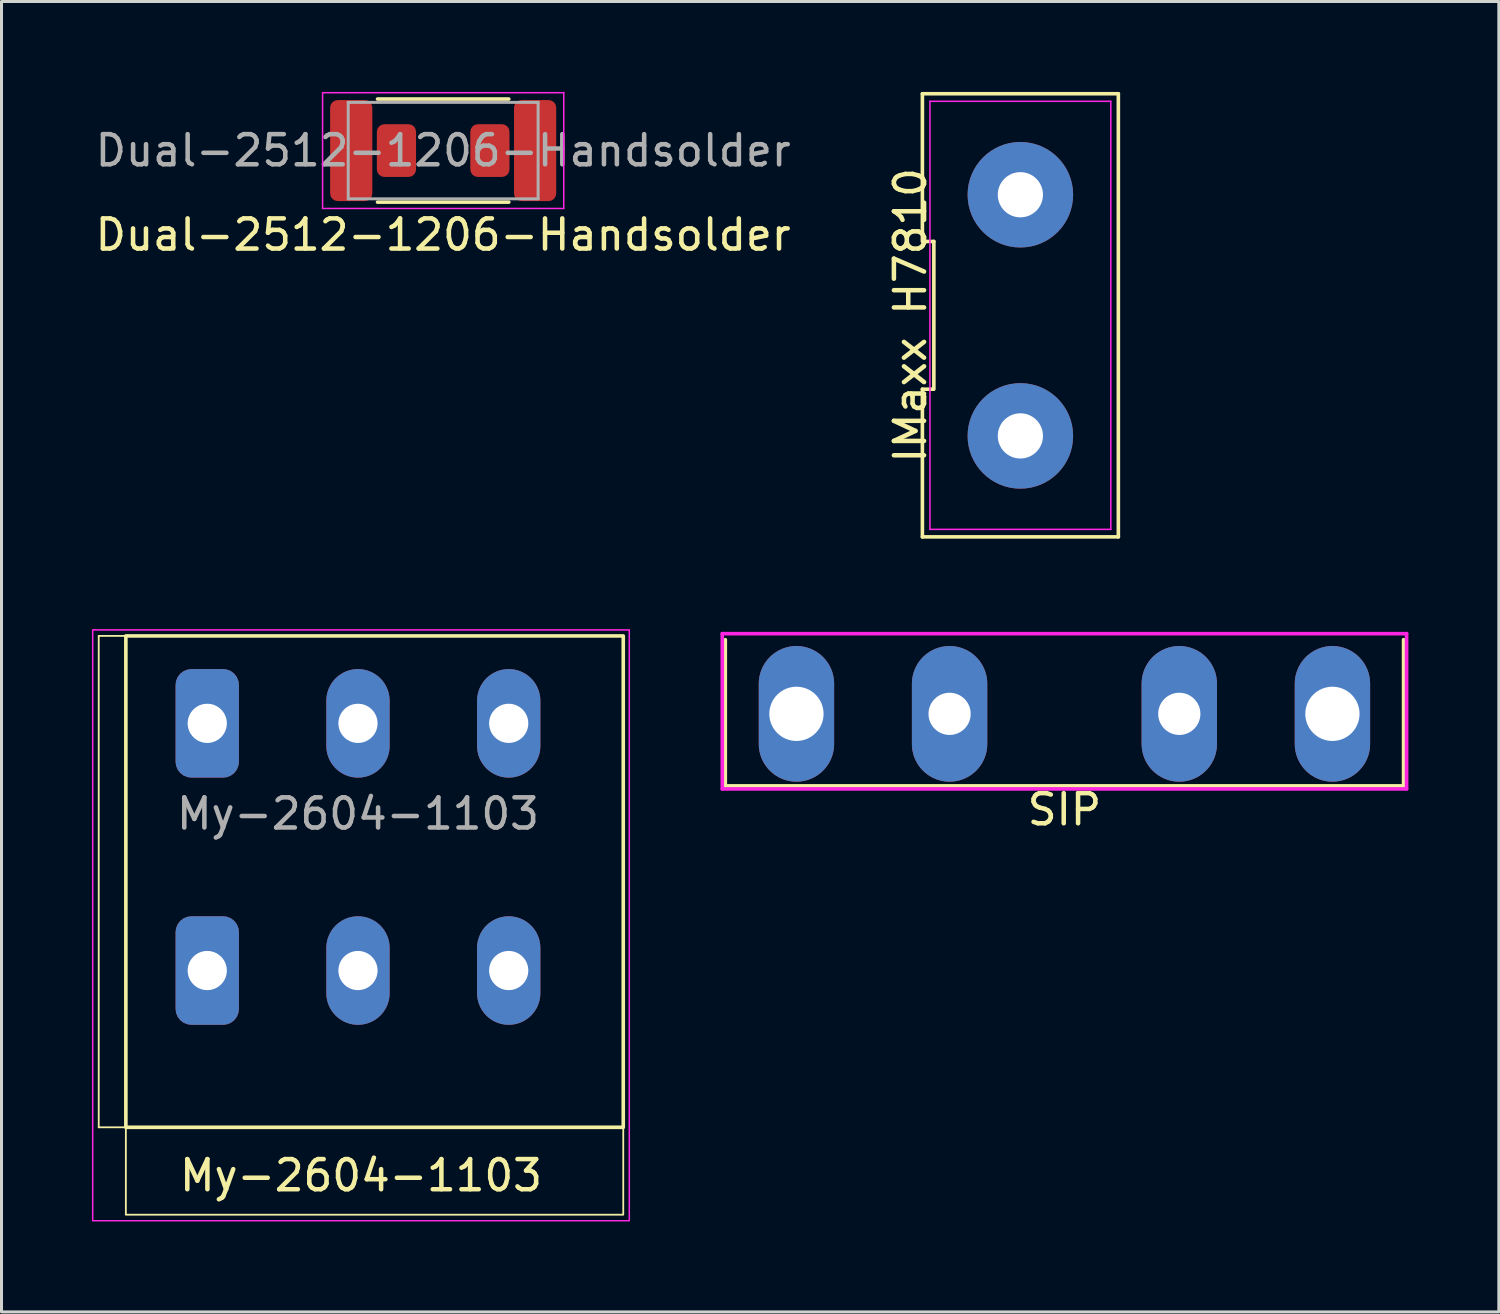
<source format=kicad_pcb>
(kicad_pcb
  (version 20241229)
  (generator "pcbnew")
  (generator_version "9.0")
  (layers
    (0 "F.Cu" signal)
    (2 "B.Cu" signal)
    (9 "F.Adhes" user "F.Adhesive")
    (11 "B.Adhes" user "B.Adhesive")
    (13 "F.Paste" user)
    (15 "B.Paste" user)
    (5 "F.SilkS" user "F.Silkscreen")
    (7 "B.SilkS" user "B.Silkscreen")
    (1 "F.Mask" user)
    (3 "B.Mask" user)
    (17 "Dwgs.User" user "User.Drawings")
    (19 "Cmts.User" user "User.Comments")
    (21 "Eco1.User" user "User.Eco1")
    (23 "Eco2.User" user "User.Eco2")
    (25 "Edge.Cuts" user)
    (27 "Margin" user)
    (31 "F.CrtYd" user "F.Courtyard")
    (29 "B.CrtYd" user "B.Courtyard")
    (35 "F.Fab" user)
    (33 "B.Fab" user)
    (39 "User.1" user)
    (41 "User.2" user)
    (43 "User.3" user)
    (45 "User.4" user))
  (footprint "Dual-2512-1206-Handsolder"
    (layer "F.Cu")
    (at 11.649 1.945)
    (property "Reference" "Dual-2512-1206-Handsolder" (at 0 2.794 0) (unlocked yes) (layer "F.SilkS") (effects (font (size 1 1) (thickness 0.15))))
    (attr smd)
    (fp_line (start -2.175 -1.71) (end 2.179 -1.71) (stroke (width 0.12) (type solid)) (layer "F.SilkS"))
    (fp_line (start -2.175 1.71) (end 2.179 1.71) (stroke (width 0.12) (type solid)) (layer "F.SilkS"))
    (fp_line (start -3.998 -1.92) (end 4.002 -1.92) (stroke (width 0.05) (type solid)) (layer "F.CrtYd"))
    (fp_line (start -3.998 1.92) (end -3.998 -1.92) (stroke (width 0.05) (type solid)) (layer "F.CrtYd"))
    (fp_line (start 4.002 -1.92) (end 4.002 1.92) (stroke (width 0.05) (type solid)) (layer "F.CrtYd"))
    (fp_line (start 4.002 1.92) (end -3.998 1.92) (stroke (width 0.05) (type solid)) (layer "F.CrtYd"))
    (fp_line (start -3.148 -1.6) (end 3.152 -1.6) (stroke (width 0.1) (type solid)) (layer "F.Fab"))
    (fp_line (start -3.148 1.6) (end -3.148 -1.6) (stroke (width 0.1) (type solid)) (layer "F.Fab"))
    (fp_line (start 3.152 -1.6) (end 3.152 1.6) (stroke (width 0.1) (type solid)) (layer "F.Fab"))
    (fp_line (start 3.152 1.6) (end -3.148 1.6) (stroke (width 0.1) (type solid)) (layer "F.Fab"))
    (fp_text user "${REFERENCE}" (at 0.002 0 0) (layer "F.Fab") (effects (font (size 1 1) (thickness 0.15))))
    (pad "1" smd roundrect (at -3.048 0) (size 1.4 3.35) (layers "F.Cu" "F.Mask" "F.Paste") (roundrect_rratio 0.179))
    (pad "1" smd roundrect (at -1.548 0) (size 1.3 1.75) (layers "F.Cu" "F.Mask" "F.Paste") (roundrect_rratio 0.192))
    (pad "2" smd roundrect (at 1.552 0) (size 1.3 1.75) (layers "F.Cu" "F.Mask" "F.Paste") (roundrect_rratio 0.192))
    (pad "2" smd roundrect (at 3.052 0) (size 1.4 3.35) (layers "F.Cu" "F.Mask" "F.Paste") (roundrect_rratio 0.179)))
  (footprint "My-2604-1103"
    (layer "F.Cu")
    (at 3.825 20.945)
    (property "Reference" "My-2604-1103" (at 5.1 15 0) (unlocked yes) (layer "F.SilkS") (effects (font (size 1 1) (thickness 0.15))))
    (attr through_hole)
    (fp_line (start -3.6 -2.9) (end -3.6 13.4) (stroke (width 0.06) (type solid)) (layer "F.SilkS"))
    (fp_line (start -3.6 -2.9) (end -2.7 -2.9) (stroke (width 0.06) (type solid)) (layer "F.SilkS"))
    (fp_line (start -3.6 13.4) (end -2.7 13.4) (stroke (width 0.06) (type solid)) (layer "F.SilkS"))
    (fp_rect (start -2.7 -2.9) (end 13.8 13.4) (stroke (width 0.12) (type solid)) (fill no) (layer "F.SilkS"))
    (fp_rect (start -2.7 13.4) (end 13.8 16.3) (stroke (width 0.06) (type solid)) (fill no) (layer "F.SilkS"))
    (fp_rect (start -3.8 -3.1) (end 14 16.5) (stroke (width 0.05) (type solid)) (fill no) (layer "F.CrtYd"))
    (fp_text user "${REFERENCE}" (at 5 3 0) (unlocked yes) (layer "F.Fab") (effects (font (size 1 1) (thickness 0.15))))
    (pad "1" thru_hole roundrect (at 0 0) (size 2.1 3.6) (drill 1.3) (layers "*.Cu" "*.Mask") (roundrect_rratio 0.25))
    (pad "1" thru_hole roundrect (at 0 8.2) (size 2.1 3.6) (drill 1.3) (layers "*.Cu" "*.Mask") (roundrect_rratio 0.25))
    (pad "2" thru_hole oval (at 5 0) (size 2.1 3.6) (drill 1.3) (layers "*.Cu" "*.Mask"))
    (pad "2" thru_hole oval (at 5 8.2) (size 2.1 3.6) (drill 1.3) (layers "*.Cu" "*.Mask"))
    (pad "3" thru_hole oval (at 10 0) (size 2.1 3.6) (drill 1.3) (layers "*.Cu" "*.Mask"))
    (pad "3" thru_hole oval (at 10 8.2) (size 2.1 3.6) (drill 1.3) (layers "*.Cu" "*.Mask")))
  (footprint "IMaxx H7810"
    (layer "F.Cu")
    (at 30.798 7.41)
    (property "Reference" "IMaxx H7810" (at -3.65 0 270) (layer "F.SilkS") (effects (font (size 1 1) (thickness 0.15))))
    (fp_line (start -3.25 -7.35) (end -3.25 -2.45) (stroke (width 0.12) (type solid)) (layer "F.SilkS"))
    (fp_line (start -3.25 2.45) (end -3.25 7.35) (stroke (width 0.12) (type solid)) (layer "F.SilkS"))
    (fp_line (start -3.25 7.35) (end 3.25 7.35) (stroke (width 0.12) (type solid)) (layer "F.SilkS"))
    (fp_line (start -3.23 -2.45) (end -2.87 -2.45) (stroke (width 0.12) (type solid)) (layer "F.SilkS"))
    (fp_line (start -2.89 2.45) (end -3.25 2.45) (stroke (width 0.12) (type solid)) (layer "F.SilkS"))
    (fp_line (start -2.87 -2.45) (end -2.87 2.45) (stroke (width 0.12) (type solid)) (layer "F.SilkS"))
    (fp_line (start 3.25 -7.35) (end -3.25 -7.35) (stroke (width 0.12) (type solid)) (layer "F.SilkS"))
    (fp_line (start 3.25 7.35) (end 3.25 -7.35) (stroke (width 0.12) (type solid)) (layer "F.SilkS"))
    (fp_line (start -3 -7.1) (end 3 -7.1) (stroke (width 0.05) (type solid)) (layer "F.CrtYd"))
    (fp_line (start -3 7.1) (end -3 -7.1) (stroke (width 0.05) (type solid)) (layer "F.CrtYd"))
    (fp_line (start 3 -7.1) (end 3 7.1) (stroke (width 0.05) (type solid)) (layer "F.CrtYd"))
    (fp_line (start 3 7.1) (end -3 7.1) (stroke (width 0.05) (type solid)) (layer "F.CrtYd"))
    (pad "1" thru_hole circle (at 0 4) (size 3.5 3.5) (drill 1.5) (layers "*.Cu" "*.Mask"))
    (pad "2" thru_hole circle (at 0 -4) (size 3.5 3.5) (drill 1.5) (layers "*.Cu" "*.Mask")))
  (footprint "SIP"
    (layer "F.Cu")
    (at 32.26 18.07)
    (property "Reference" "SIP" (at 0 5.735 0) (layer "F.SilkS") (effects (font (size 1 1) (thickness 0.15))))
    (fp_line (start -11.25 4.95) (end -11.25 0.1) (stroke (width 0.12) (type solid)) (layer "F.SilkS"))
    (fp_line (start -11.25 4.95) (end 11.25 4.95) (stroke (width 0.12) (type solid)) (layer "F.SilkS"))
    (fp_line (start 11.25 4.95) (end 11.25 0.1) (stroke (width 0.12) (type solid)) (layer "F.SilkS"))
    (fp_line (start -11.35 -0.1) (end 11.35 -0.1) (stroke (width 0.12) (type solid)) (layer "F.CrtYd"))
    (fp_line (start -11.35 5.05) (end -11.35 -0.1) (stroke (width 0.12) (type solid)) (layer "F.CrtYd"))
    (fp_line (start -11.35 5.05) (end 11.35 5.05) (stroke (width 0.12) (type solid)) (layer "F.CrtYd"))
    (fp_line (start 11.35 5.05) (end 11.35 -0.1) (stroke (width 0.12) (type solid)) (layer "F.CrtYd"))
    (pad "1" thru_hole oval (at -8.89 2.56) (size 2.5 4.5) (drill 1.8) (layers "*.Cu" "*.Mask"))
    (pad "2" thru_hole oval (at -3.81 2.56) (size 2.5 4.5) (drill 1.4) (layers "*.Cu" "*.Mask"))
    (pad "3" thru_hole oval (at 3.81 2.56) (size 2.5 4.5) (drill 1.4) (layers "*.Cu" "*.Mask"))
    (pad "4" thru_hole oval (at 8.89 2.56) (size 2.5 4.5) (drill 1.8) (layers "*.Cu" "*.Mask")))
  (gr_rect
    (start -3 -3)
    (end 46.67 40.47)
    (stroke (width 0.1) (type default))
    (fill no)
    (layer "Edge.Cuts")))
</source>
